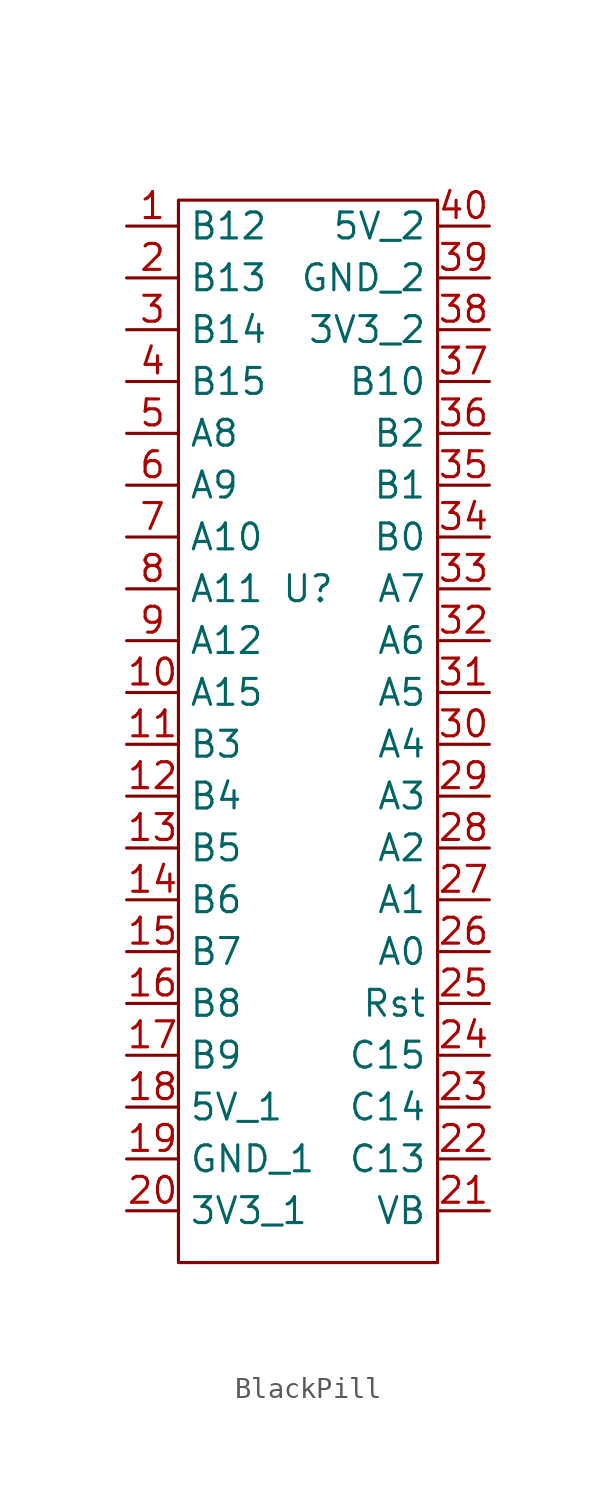
<source format=kicad_sym>
(kicad_symbol_lib
  (version 20220914)
  (generator kicad_symbol_editor)
  (symbol "BlackPill"
    (property "Reference" "U"
      (at 0 0 0)
      (effects (font (size 1.27 1.27))))
    (property "Value" ""
      (at 0 0 0)
      (effects (font (size 1.27 1.27))))
    (symbol "BlackPill_0_1"
      (rectangle (start -6.35 19.05) (end 6.35 -33.02) (stroke (width 0) (type default)) (fill (type none))))
    (symbol "BlackPill_1_1"
      (pin input line (at -8.89 17.78 0) (length 2.54) (name "B12" (effects (font (size 1.27 1.27)))) (number "1" (effects (font (size 1.27 1.27)))))
      (pin input line (at -8.89 -5.08 0) (length 2.54) (name "A15" (effects (font (size 1.27 1.27)))) (number "10" (effects (font (size 1.27 1.27)))))
      (pin input line (at -8.89 -7.62 0) (length 2.54) (name "B3" (effects (font (size 1.27 1.27)))) (number "11" (effects (font (size 1.27 1.27)))))
      (pin input line (at -8.89 -10.16 0) (length 2.54) (name "B4" (effects (font (size 1.27 1.27)))) (number "12" (effects (font (size 1.27 1.27)))))
      (pin input line (at -8.89 -12.7 0) (length 2.54) (name "B5" (effects (font (size 1.27 1.27)))) (number "13" (effects (font (size 1.27 1.27)))))
      (pin input line (at -8.89 -15.24 0) (length 2.54) (name "B6" (effects (font (size 1.27 1.27)))) (number "14" (effects (font (size 1.27 1.27)))))
      (pin input line (at -8.89 -17.78 0) (length 2.54) (name "B7" (effects (font (size 1.27 1.27)))) (number "15" (effects (font (size 1.27 1.27)))))
      (pin input line (at -8.89 -20.32 0) (length 2.54) (name "B8" (effects (font (size 1.27 1.27)))) (number "16" (effects (font (size 1.27 1.27)))))
      (pin input line (at -8.89 -22.86 0) (length 2.54) (name "B9" (effects (font (size 1.27 1.27)))) (number "17" (effects (font (size 1.27 1.27)))))
      (pin input line (at -8.89 -25.4 0) (length 2.54) (name "5V_1" (effects (font (size 1.27 1.27)))) (number "18" (effects (font (size 1.27 1.27)))))
      (pin input line (at -8.89 -27.94 0) (length 2.54) (name "GND_1" (effects (font (size 1.27 1.27)))) (number "19" (effects (font (size 1.27 1.27)))))
      (pin input line (at -8.89 15.24 0) (length 2.54) (name "B13" (effects (font (size 1.27 1.27)))) (number "2" (effects (font (size 1.27 1.27)))))
      (pin input line (at -8.89 -30.48 0) (length 2.54) (name "3V3_1" (effects (font (size 1.27 1.27)))) (number "20" (effects (font (size 1.27 1.27)))))
      (pin input line (at 8.89 -30.48 180) (length 2.54) (name "VB" (effects (font (size 1.27 1.27)))) (number "21" (effects (font (size 1.27 1.27)))))
      (pin input line (at 8.89 -27.94 180) (length 2.54) (name "C13" (effects (font (size 1.27 1.27)))) (number "22" (effects (font (size 1.27 1.27)))))
      (pin input line (at 8.89 -25.4 180) (length 2.54) (name "C14" (effects (font (size 1.27 1.27)))) (number "23" (effects (font (size 1.27 1.27)))))
      (pin input line (at 8.89 -22.86 180) (length 2.54) (name "C15" (effects (font (size 1.27 1.27)))) (number "24" (effects (font (size 1.27 1.27)))))
      (pin input line (at 8.89 -20.32 180) (length 2.54) (name "Rst" (effects (font (size 1.27 1.27)))) (number "25" (effects (font (size 1.27 1.27)))))
      (pin input line (at 8.89 -17.78 180) (length 2.54) (name "A0" (effects (font (size 1.27 1.27)))) (number "26" (effects (font (size 1.27 1.27)))))
      (pin input line (at 8.89 -15.24 180) (length 2.54) (name "A1" (effects (font (size 1.27 1.27)))) (number "27" (effects (font (size 1.27 1.27)))))
      (pin input line (at 8.89 -12.7 180) (length 2.54) (name "A2" (effects (font (size 1.27 1.27)))) (number "28" (effects (font (size 1.27 1.27)))))
      (pin input line (at 8.89 -10.16 180) (length 2.54) (name "A3" (effects (font (size 1.27 1.27)))) (number "29" (effects (font (size 1.27 1.27)))))
      (pin input line (at -8.89 12.7 0) (length 2.54) (name "B14" (effects (font (size 1.27 1.27)))) (number "3" (effects (font (size 1.27 1.27)))))
      (pin input line (at 8.89 -7.62 180) (length 2.54) (name "A4" (effects (font (size 1.27 1.27)))) (number "30" (effects (font (size 1.27 1.27)))))
      (pin input line (at 8.89 -5.08 180) (length 2.54) (name "A5" (effects (font (size 1.27 1.27)))) (number "31" (effects (font (size 1.27 1.27)))))
      (pin input line (at 8.89 -2.54 180) (length 2.54) (name "A6" (effects (font (size 1.27 1.27)))) (number "32" (effects (font (size 1.27 1.27)))))
      (pin input line (at 8.89 0 180) (length 2.54) (name "A7" (effects (font (size 1.27 1.27)))) (number "33" (effects (font (size 1.27 1.27)))))
      (pin input line (at 8.89 2.54 180) (length 2.54) (name "B0" (effects (font (size 1.27 1.27)))) (number "34" (effects (font (size 1.27 1.27)))))
      (pin input line (at 8.89 5.08 180) (length 2.54) (name "B1" (effects (font (size 1.27 1.27)))) (number "35" (effects (font (size 1.27 1.27)))))
      (pin input line (at 8.89 7.62 180) (length 2.54) (name "B2" (effects (font (size 1.27 1.27)))) (number "36" (effects (font (size 1.27 1.27)))))
      (pin input line (at 8.89 10.16 180) (length 2.54) (name "B10" (effects (font (size 1.27 1.27)))) (number "37" (effects (font (size 1.27 1.27)))))
      (pin input line (at 8.89 12.7 180) (length 2.54) (name "3V3_2" (effects (font (size 1.27 1.27)))) (number "38" (effects (font (size 1.27 1.27)))))
      (pin input line (at 8.89 15.24 180) (length 2.54) (name "GND_2" (effects (font (size 1.27 1.27)))) (number "39" (effects (font (size 1.27 1.27)))))
      (pin input line (at -8.89 10.16 0) (length 2.54) (name "B15" (effects (font (size 1.27 1.27)))) (number "4" (effects (font (size 1.27 1.27)))))
      (pin input line (at 8.89 17.78 180) (length 2.54) (name "5V_2" (effects (font (size 1.27 1.27)))) (number "40" (effects (font (size 1.27 1.27)))))
      (pin input line (at -8.89 7.62 0) (length 2.54) (name "A8" (effects (font (size 1.27 1.27)))) (number "5" (effects (font (size 1.27 1.27)))))
      (pin input line (at -8.89 5.08 0) (length 2.54) (name "A9" (effects (font (size 1.27 1.27)))) (number "6" (effects (font (size 1.27 1.27)))))
      (pin input line (at -8.89 2.54 0) (length 2.54) (name "A10" (effects (font (size 1.27 1.27)))) (number "7" (effects (font (size 1.27 1.27)))))
      (pin input line (at -8.89 0 0) (length 2.54) (name "A11" (effects (font (size 1.27 1.27)))) (number "8" (effects (font (size 1.27 1.27)))))
      (pin input line (at -8.89 -2.54 0) (length 2.54) (name "A12" (effects (font (size 1.27 1.27)))) (number "9" (effects (font (size 1.27 1.27))))))))
</source>
